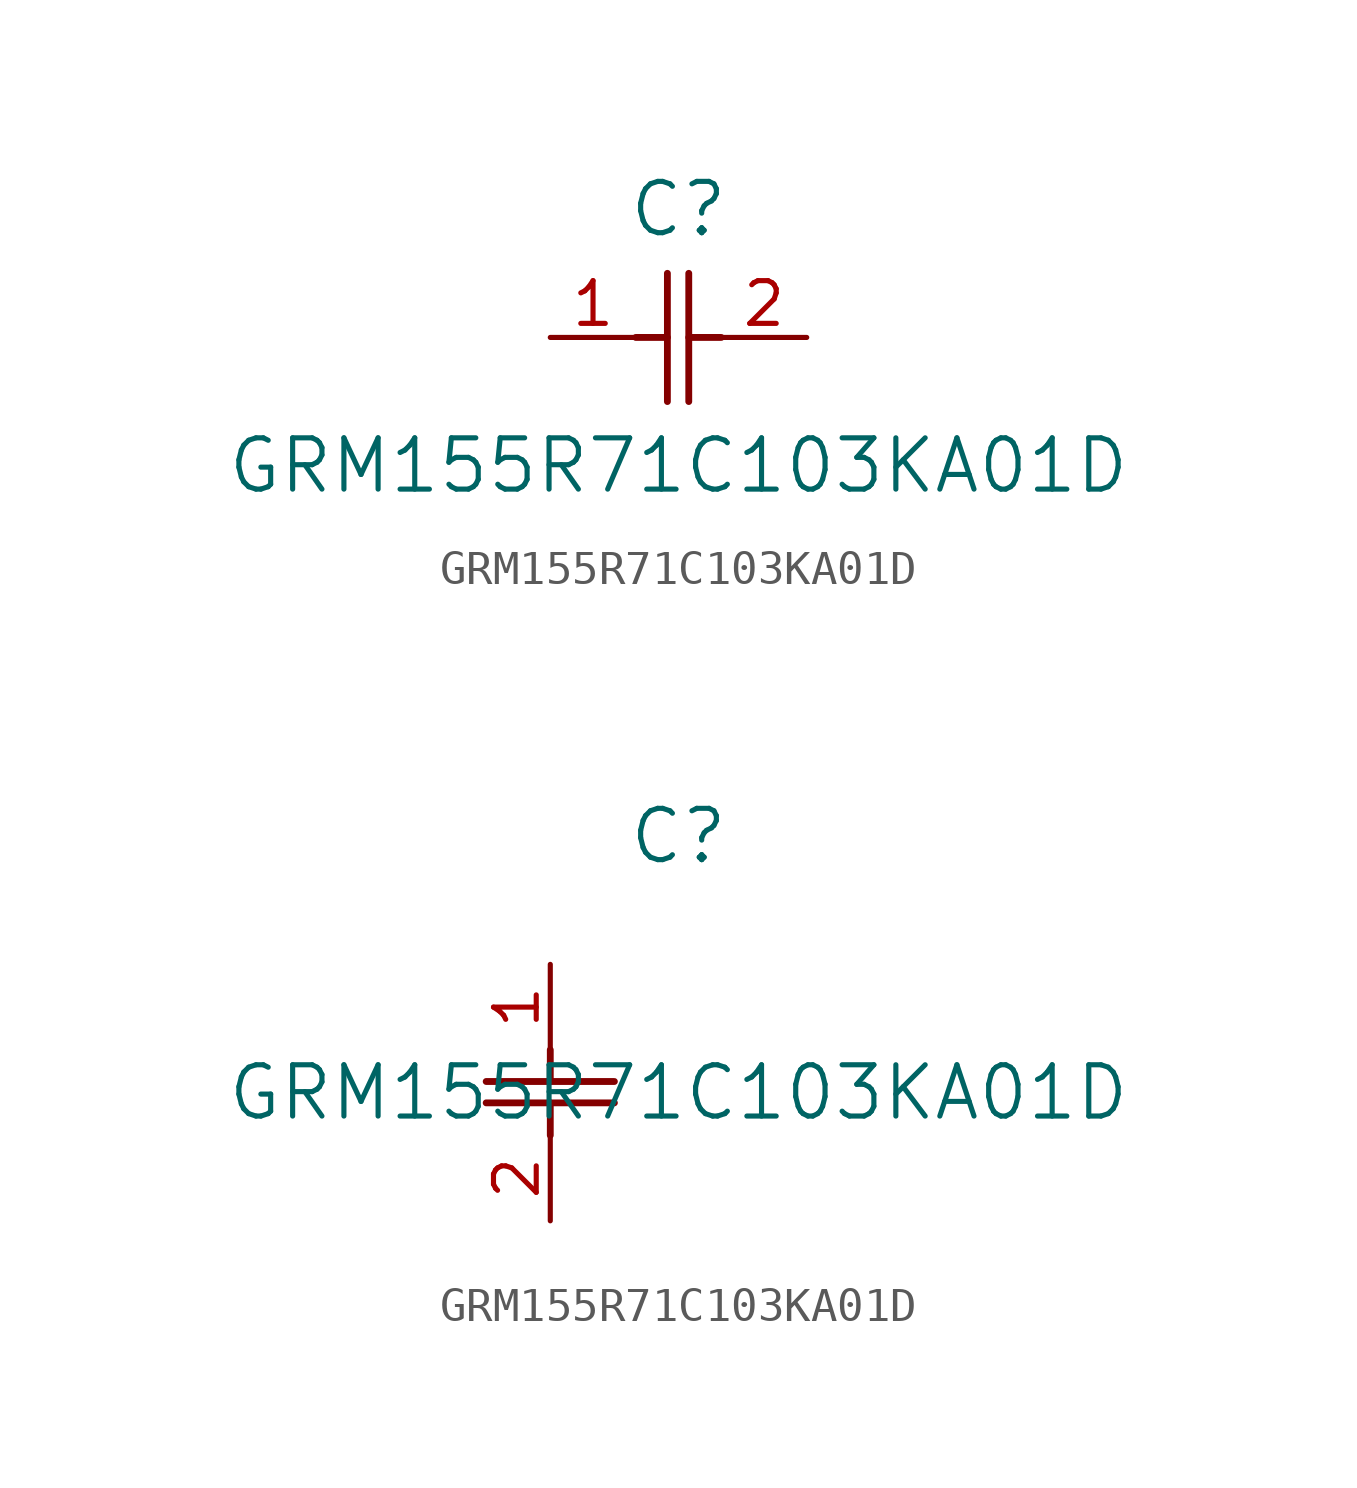
<source format=kicad_sym>
(kicad_symbol_lib
  (version 20211014)
  (generator kicad_symbol_editor)
  (symbol "GRM155R71C103KA01D"
    (pin_names
      (offset 0.254))
    (property "Reference" "C"
      (at 3.81 3.81 0)
      (effects (font (size 1.524 1.524))))
    (property "Value" "GRM155R71C103KA01D"
      (at 3.81 -3.81 0)
      (effects (font (size 1.524 1.524))))
    (symbol "GRM155R71C103KA01D_1_1"
      (polyline (pts (xy 3.48 -1.905) (xy 3.48 1.905)) (stroke (width 0.203) (type default) (color 0 0 0 0)) (fill (type none)))
      (polyline (pts (xy 4.115 -1.905) (xy 4.115 1.905)) (stroke (width 0.203) (type default) (color 0 0 0 0)) (fill (type none)))
      (polyline (pts (xy 4.115 0) (xy 5.08 0)) (stroke (width 0.203) (type default) (color 0 0 0 0)) (fill (type none)))
      (polyline (pts (xy 2.54 0) (xy 3.48 0)) (stroke (width 0.203) (type default) (color 0 0 0 0)) (fill (type none)))
      (pin unspecified line (at 0 0 0) (length 2.54) (name "" (effects (font (size 1.27 1.27)))) (number "1" (effects (font (size 1.27 1.27)))))
      (pin unspecified line (at 7.62 0 180) (length 2.54) (name "" (effects (font (size 1.27 1.27)))) (number "2" (effects (font (size 1.27 1.27))))))
    (symbol "GRM155R71C103KA01D_1_2"
      (polyline (pts (xy -1.905 -3.48) (xy 1.905 -3.48)) (stroke (width 0.203) (type default) (color 0 0 0 0)) (fill (type none)))
      (polyline (pts (xy -1.905 -4.115) (xy 1.905 -4.115)) (stroke (width 0.203) (type default) (color 0 0 0 0)) (fill (type none)))
      (polyline (pts (xy 0 -4.115) (xy 0 -5.08)) (stroke (width 0.203) (type default) (color 0 0 0 0)) (fill (type none)))
      (polyline (pts (xy 0 -2.54) (xy 0 -3.48)) (stroke (width 0.203) (type default) (color 0 0 0 0)) (fill (type none)))
      (pin unspecified line (at 0 0 270) (length 2.54) (name "" (effects (font (size 1.27 1.27)))) (number "1" (effects (font (size 1.27 1.27)))))
      (pin unspecified line (at 0 -7.62 90) (length 2.54) (name "" (effects (font (size 1.27 1.27)))) (number "2" (effects (font (size 1.27 1.27))))))))
</source>
